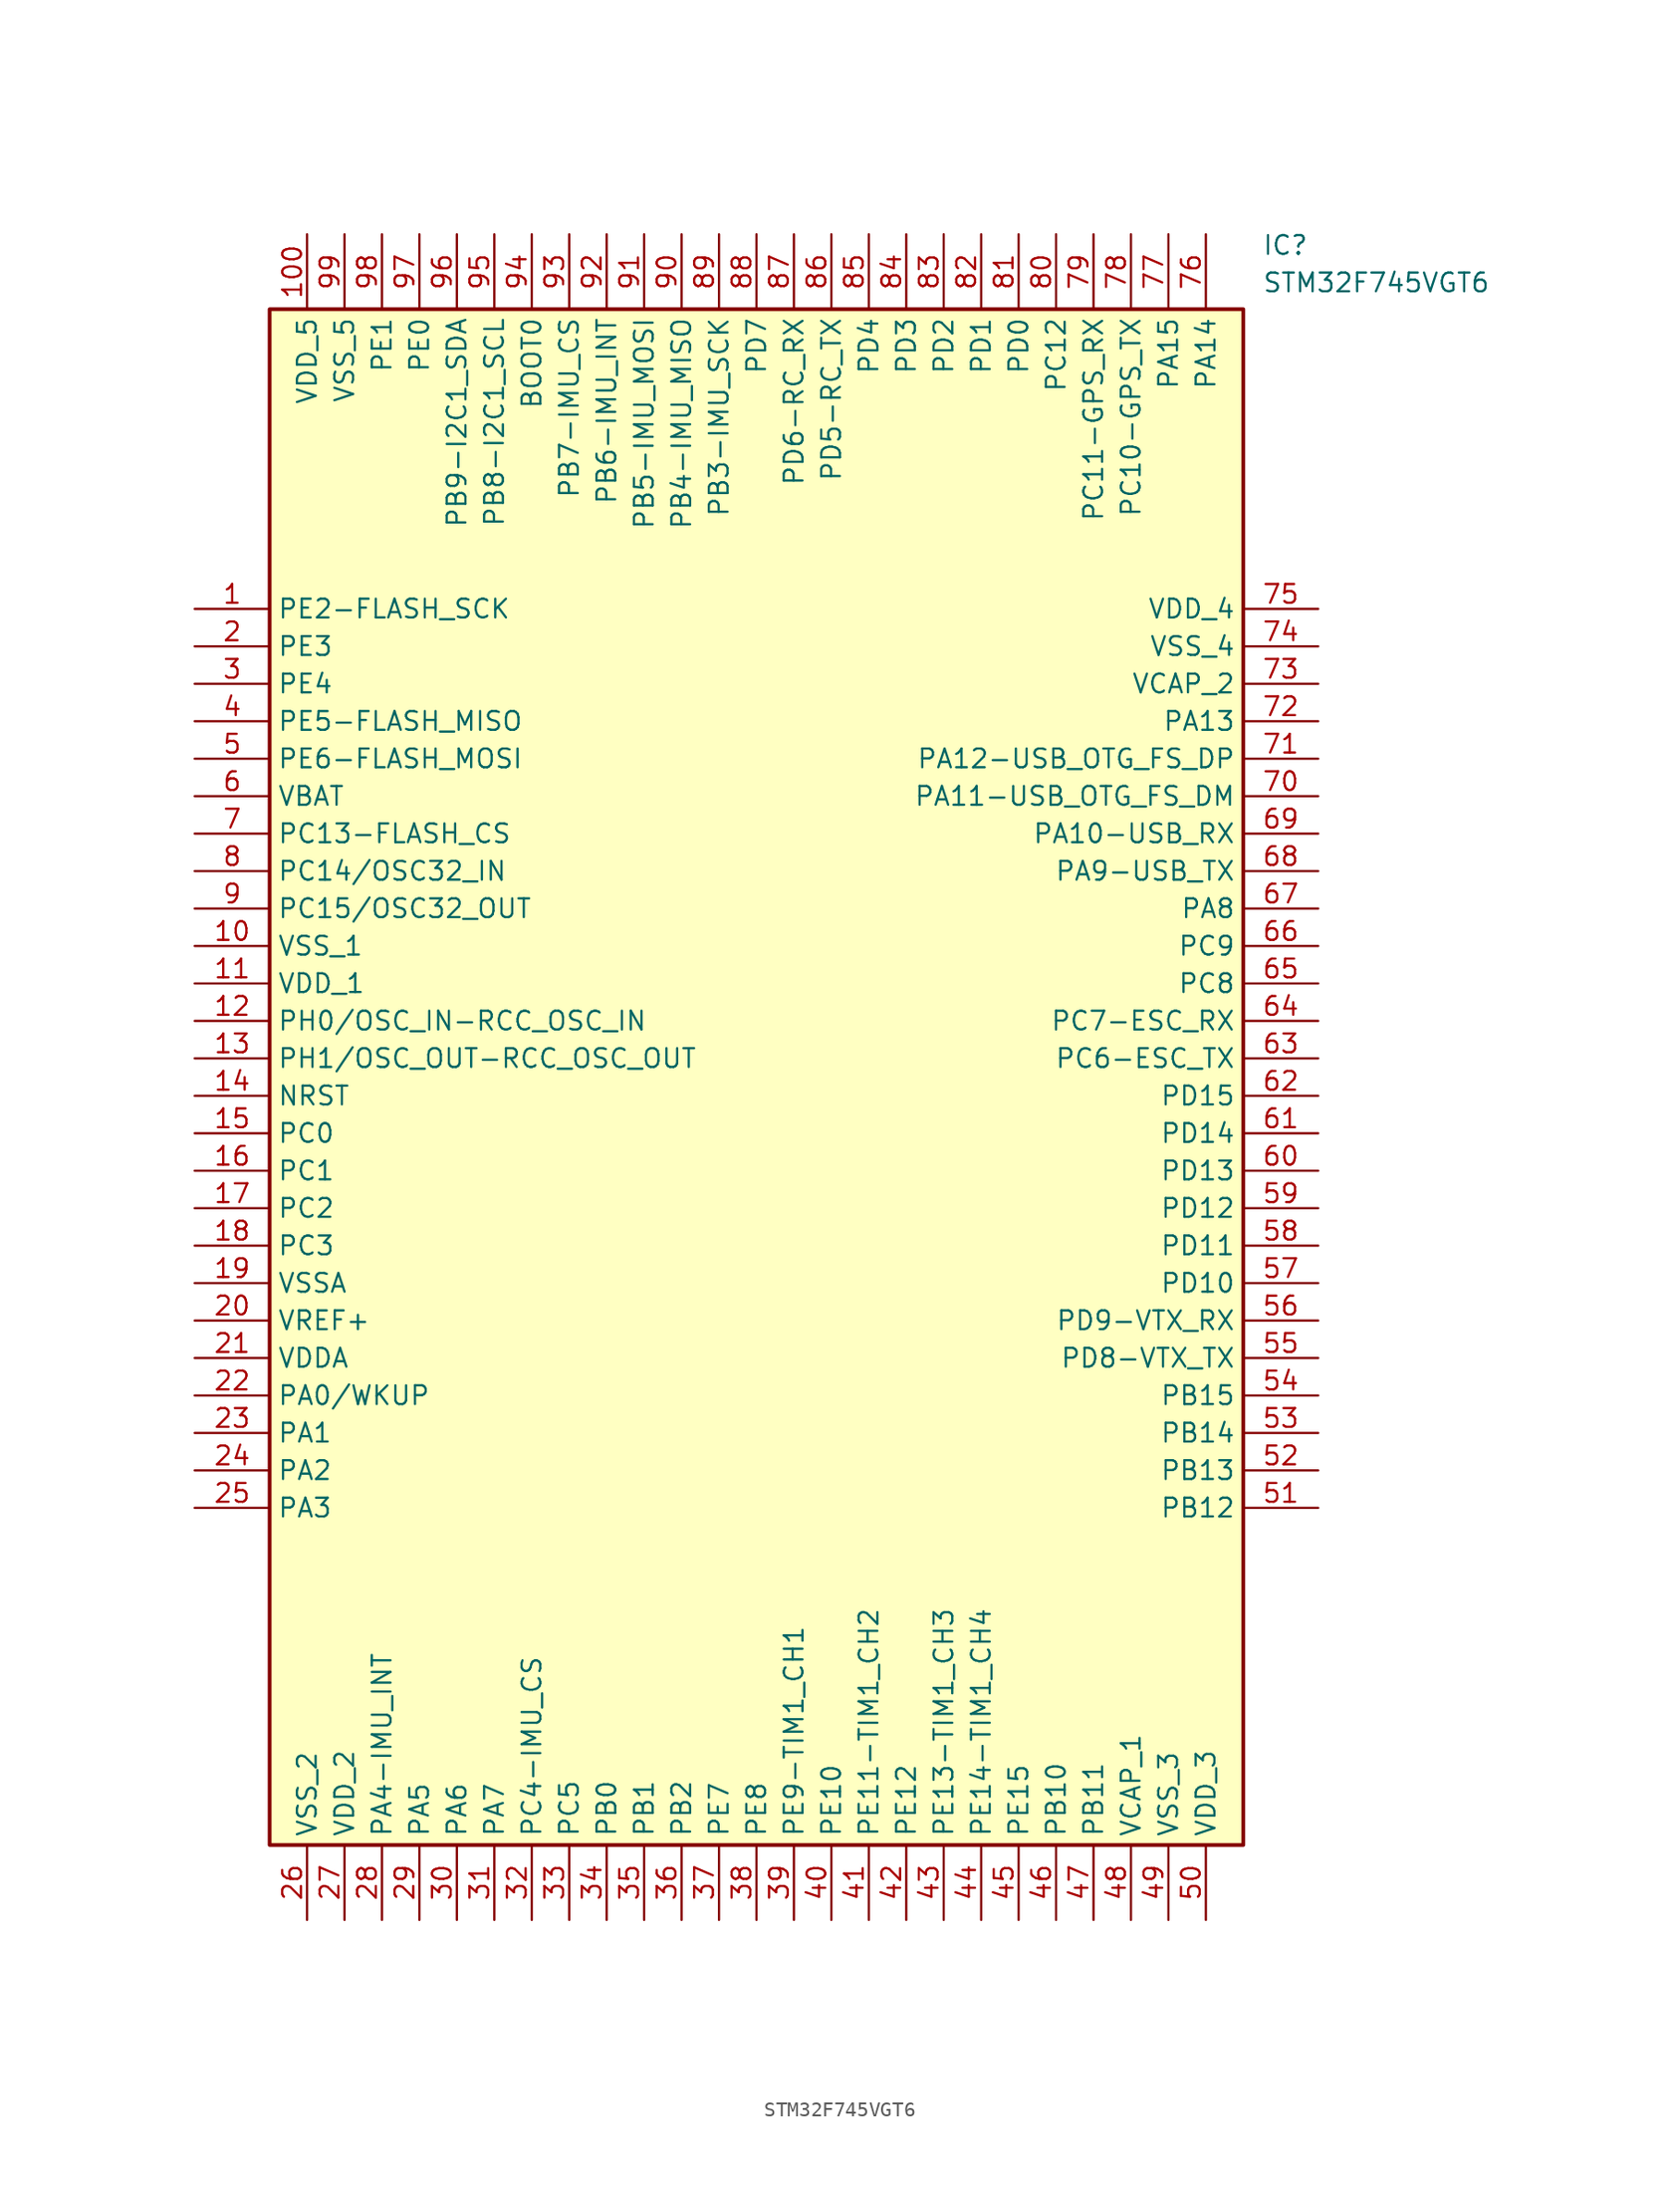
<source format=kicad_sym>
(kicad_symbol_lib
  (version 20211014)
  (generator SamacSys_ECAD_Model)
  (symbol "STM32F745VGT6"
    (property "Reference" "IC"
      (at 72.39 25.4 0)
      (effects (font (size 1.27 1.27)) (justify left top)))
    (property "Value" "STM32F745VGT6"
      (at 72.39 22.86 0)
      (effects (font (size 1.27 1.27)) (justify left top)))
    (rectangle
      (start 5.08 20.32)
      (end 71.12 -83.82)
      (stroke (width 0.254) (type default))
      (fill (type background)))
    (pin passive line
      (at 0 0 0)
      (length 5.08)
      (name "PE2-FLASH_SCK" (effects (font (size 1.27 1.27))))
      (number "1" (effects (font (size 1.27 1.27)))))
    (pin passive line
      (at 0 -2.54 0)
      (length 5.08)
      (name "PE3" (effects (font (size 1.27 1.27))))
      (number "2" (effects (font (size 1.27 1.27)))))
    (pin passive line
      (at 0 -5.08 0)
      (length 5.08)
      (name "PE4" (effects (font (size 1.27 1.27))))
      (number "3" (effects (font (size 1.27 1.27)))))
    (pin passive line
      (at 0 -7.62 0)
      (length 5.08)
      (name "PE5-FLASH_MISO" (effects (font (size 1.27 1.27))))
      (number "4" (effects (font (size 1.27 1.27)))))
    (pin passive line
      (at 0 -10.16 0)
      (length 5.08)
      (name "PE6-FLASH_MOSI" (effects (font (size 1.27 1.27))))
      (number "5" (effects (font (size 1.27 1.27)))))
    (pin passive line
      (at 0 -12.7 0)
      (length 5.08)
      (name "VBAT" (effects (font (size 1.27 1.27))))
      (number "6" (effects (font (size 1.27 1.27)))))
    (pin passive line
      (at 0 -15.24 0)
      (length 5.08)
      (name "PC13-FLASH_CS" (effects (font (size 1.27 1.27))))
      (number "7" (effects (font (size 1.27 1.27)))))
    (pin passive line
      (at 0 -17.78 0)
      (length 5.08)
      (name "PC14/OSC32_IN" (effects (font (size 1.27 1.27))))
      (number "8" (effects (font (size 1.27 1.27)))))
    (pin passive line
      (at 0 -20.32 0)
      (length 5.08)
      (name "PC15/OSC32_OUT" (effects (font (size 1.27 1.27))))
      (number "9" (effects (font (size 1.27 1.27)))))
    (pin passive line
      (at 0 -22.86 0)
      (length 5.08)
      (name "VSS_1" (effects (font (size 1.27 1.27))))
      (number "10" (effects (font (size 1.27 1.27)))))
    (pin passive line
      (at 0 -25.4 0)
      (length 5.08)
      (name "VDD_1" (effects (font (size 1.27 1.27))))
      (number "11" (effects (font (size 1.27 1.27)))))
    (pin passive line
      (at 0 -27.94 0)
      (length 5.08)
      (name "PH0/OSC_IN-RCC_OSC_IN" (effects (font (size 1.27 1.27))))
      (number "12" (effects (font (size 1.27 1.27)))))
    (pin passive line
      (at 0 -30.48 0)
      (length 5.08)
      (name "PH1/OSC_OUT-RCC_OSC_OUT" (effects (font (size 1.27 1.27))))
      (number "13" (effects (font (size 1.27 1.27)))))
    (pin passive line
      (at 0 -33.02 0)
      (length 5.08)
      (name "NRST" (effects (font (size 1.27 1.27))))
      (number "14" (effects (font (size 1.27 1.27)))))
    (pin passive line
      (at 0 -35.56 0)
      (length 5.08)
      (name "PC0" (effects (font (size 1.27 1.27))))
      (number "15" (effects (font (size 1.27 1.27)))))
    (pin passive line
      (at 0 -38.1 0)
      (length 5.08)
      (name "PC1" (effects (font (size 1.27 1.27))))
      (number "16" (effects (font (size 1.27 1.27)))))
    (pin passive line
      (at 0 -40.64 0)
      (length 5.08)
      (name "PC2" (effects (font (size 1.27 1.27))))
      (number "17" (effects (font (size 1.27 1.27)))))
    (pin passive line
      (at 0 -43.18 0)
      (length 5.08)
      (name "PC3" (effects (font (size 1.27 1.27))))
      (number "18" (effects (font (size 1.27 1.27)))))
    (pin passive line
      (at 0 -45.72 0)
      (length 5.08)
      (name "VSSA" (effects (font (size 1.27 1.27))))
      (number "19" (effects (font (size 1.27 1.27)))))
    (pin passive line
      (at 0 -48.26 0)
      (length 5.08)
      (name "VREF+" (effects (font (size 1.27 1.27))))
      (number "20" (effects (font (size 1.27 1.27)))))
    (pin passive line
      (at 0 -50.8 0)
      (length 5.08)
      (name "VDDA" (effects (font (size 1.27 1.27))))
      (number "21" (effects (font (size 1.27 1.27)))))
    (pin passive line
      (at 0 -53.34 0)
      (length 5.08)
      (name "PA0/WKUP" (effects (font (size 1.27 1.27))))
      (number "22" (effects (font (size 1.27 1.27)))))
    (pin passive line
      (at 0 -55.88 0)
      (length 5.08)
      (name "PA1" (effects (font (size 1.27 1.27))))
      (number "23" (effects (font (size 1.27 1.27)))))
    (pin passive line
      (at 0 -58.42 0)
      (length 5.08)
      (name "PA2" (effects (font (size 1.27 1.27))))
      (number "24" (effects (font (size 1.27 1.27)))))
    (pin passive line
      (at 0 -60.96 0)
      (length 5.08)
      (name "PA3" (effects (font (size 1.27 1.27))))
      (number "25" (effects (font (size 1.27 1.27)))))
    (pin passive line
      (at 7.62 -88.9 90)
      (length 5.08)
      (name "VSS_2" (effects (font (size 1.27 1.27))))
      (number "26" (effects (font (size 1.27 1.27)))))
    (pin passive line
      (at 10.16 -88.9 90)
      (length 5.08)
      (name "VDD_2" (effects (font (size 1.27 1.27))))
      (number "27" (effects (font (size 1.27 1.27)))))
    (pin passive line
      (at 12.7 -88.9 90)
      (length 5.08)
      (name "PA4-IMU_INT" (effects (font (size 1.27 1.27))))
      (number "28" (effects (font (size 1.27 1.27)))))
    (pin passive line
      (at 15.24 -88.9 90)
      (length 5.08)
      (name "PA5" (effects (font (size 1.27 1.27))))
      (number "29" (effects (font (size 1.27 1.27)))))
    (pin passive line
      (at 17.78 -88.9 90)
      (length 5.08)
      (name "PA6" (effects (font (size 1.27 1.27))))
      (number "30" (effects (font (size 1.27 1.27)))))
    (pin passive line
      (at 20.32 -88.9 90)
      (length 5.08)
      (name "PA7" (effects (font (size 1.27 1.27))))
      (number "31" (effects (font (size 1.27 1.27)))))
    (pin passive line
      (at 22.86 -88.9 90)
      (length 5.08)
      (name "PC4-IMU_CS" (effects (font (size 1.27 1.27))))
      (number "32" (effects (font (size 1.27 1.27)))))
    (pin passive line
      (at 25.4 -88.9 90)
      (length 5.08)
      (name "PC5" (effects (font (size 1.27 1.27))))
      (number "33" (effects (font (size 1.27 1.27)))))
    (pin passive line
      (at 27.94 -88.9 90)
      (length 5.08)
      (name "PB0" (effects (font (size 1.27 1.27))))
      (number "34" (effects (font (size 1.27 1.27)))))
    (pin passive line
      (at 30.48 -88.9 90)
      (length 5.08)
      (name "PB1" (effects (font (size 1.27 1.27))))
      (number "35" (effects (font (size 1.27 1.27)))))
    (pin passive line
      (at 33.02 -88.9 90)
      (length 5.08)
      (name "PB2" (effects (font (size 1.27 1.27))))
      (number "36" (effects (font (size 1.27 1.27)))))
    (pin passive line
      (at 35.56 -88.9 90)
      (length 5.08)
      (name "PE7" (effects (font (size 1.27 1.27))))
      (number "37" (effects (font (size 1.27 1.27)))))
    (pin passive line
      (at 38.1 -88.9 90)
      (length 5.08)
      (name "PE8" (effects (font (size 1.27 1.27))))
      (number "38" (effects (font (size 1.27 1.27)))))
    (pin passive line
      (at 40.64 -88.9 90)
      (length 5.08)
      (name "PE9-TIM1_CH1" (effects (font (size 1.27 1.27))))
      (number "39" (effects (font (size 1.27 1.27)))))
    (pin passive line
      (at 43.18 -88.9 90)
      (length 5.08)
      (name "PE10" (effects (font (size 1.27 1.27))))
      (number "40" (effects (font (size 1.27 1.27)))))
    (pin passive line
      (at 45.72 -88.9 90)
      (length 5.08)
      (name "PE11-TIM1_CH2" (effects (font (size 1.27 1.27))))
      (number "41" (effects (font (size 1.27 1.27)))))
    (pin passive line
      (at 48.26 -88.9 90)
      (length 5.08)
      (name "PE12" (effects (font (size 1.27 1.27))))
      (number "42" (effects (font (size 1.27 1.27)))))
    (pin passive line
      (at 50.8 -88.9 90)
      (length 5.08)
      (name "PE13-TIM1_CH3" (effects (font (size 1.27 1.27))))
      (number "43" (effects (font (size 1.27 1.27)))))
    (pin passive line
      (at 53.34 -88.9 90)
      (length 5.08)
      (name "PE14-TIM1_CH4" (effects (font (size 1.27 1.27))))
      (number "44" (effects (font (size 1.27 1.27)))))
    (pin passive line
      (at 55.88 -88.9 90)
      (length 5.08)
      (name "PE15" (effects (font (size 1.27 1.27))))
      (number "45" (effects (font (size 1.27 1.27)))))
    (pin passive line
      (at 58.42 -88.9 90)
      (length 5.08)
      (name "PB10" (effects (font (size 1.27 1.27))))
      (number "46" (effects (font (size 1.27 1.27)))))
    (pin passive line
      (at 60.96 -88.9 90)
      (length 5.08)
      (name "PB11" (effects (font (size 1.27 1.27))))
      (number "47" (effects (font (size 1.27 1.27)))))
    (pin passive line
      (at 63.5 -88.9 90)
      (length 5.08)
      (name "VCAP_1" (effects (font (size 1.27 1.27))))
      (number "48" (effects (font (size 1.27 1.27)))))
    (pin passive line
      (at 66.04 -88.9 90)
      (length 5.08)
      (name "VSS_3" (effects (font (size 1.27 1.27))))
      (number "49" (effects (font (size 1.27 1.27)))))
    (pin passive line
      (at 68.58 -88.9 90)
      (length 5.08)
      (name "VDD_3" (effects (font (size 1.27 1.27))))
      (number "50" (effects (font (size 1.27 1.27)))))
    (pin passive line
      (at 76.2 0 180)
      (length 5.08)
      (name "VDD_4" (effects (font (size 1.27 1.27))))
      (number "75" (effects (font (size 1.27 1.27)))))
    (pin passive line
      (at 76.2 -2.54 180)
      (length 5.08)
      (name "VSS_4" (effects (font (size 1.27 1.27))))
      (number "74" (effects (font (size 1.27 1.27)))))
    (pin passive line
      (at 76.2 -5.08 180)
      (length 5.08)
      (name "VCAP_2" (effects (font (size 1.27 1.27))))
      (number "73" (effects (font (size 1.27 1.27)))))
    (pin passive line
      (at 76.2 -7.62 180)
      (length 5.08)
      (name "PA13" (effects (font (size 1.27 1.27))))
      (number "72" (effects (font (size 1.27 1.27)))))
    (pin passive line
      (at 76.2 -10.16 180)
      (length 5.08)
      (name "PA12-USB_OTG_FS_DP" (effects (font (size 1.27 1.27))))
      (number "71" (effects (font (size 1.27 1.27)))))
    (pin passive line
      (at 76.2 -12.7 180)
      (length 5.08)
      (name "PA11-USB_OTG_FS_DM" (effects (font (size 1.27 1.27))))
      (number "70" (effects (font (size 1.27 1.27)))))
    (pin passive line
      (at 76.2 -15.24 180)
      (length 5.08)
      (name "PA10-USB_RX" (effects (font (size 1.27 1.27))))
      (number "69" (effects (font (size 1.27 1.27)))))
    (pin passive line
      (at 76.2 -17.78 180)
      (length 5.08)
      (name "PA9-USB_TX" (effects (font (size 1.27 1.27))))
      (number "68" (effects (font (size 1.27 1.27)))))
    (pin passive line
      (at 76.2 -20.32 180)
      (length 5.08)
      (name "PA8" (effects (font (size 1.27 1.27))))
      (number "67" (effects (font (size 1.27 1.27)))))
    (pin passive line
      (at 76.2 -22.86 180)
      (length 5.08)
      (name "PC9" (effects (font (size 1.27 1.27))))
      (number "66" (effects (font (size 1.27 1.27)))))
    (pin passive line
      (at 76.2 -25.4 180)
      (length 5.08)
      (name "PC8" (effects (font (size 1.27 1.27))))
      (number "65" (effects (font (size 1.27 1.27)))))
    (pin passive line
      (at 76.2 -27.94 180)
      (length 5.08)
      (name "PC7-ESC_RX" (effects (font (size 1.27 1.27))))
      (number "64" (effects (font (size 1.27 1.27)))))
    (pin passive line
      (at 76.2 -30.48 180)
      (length 5.08)
      (name "PC6-ESC_TX" (effects (font (size 1.27 1.27))))
      (number "63" (effects (font (size 1.27 1.27)))))
    (pin passive line
      (at 76.2 -33.02 180)
      (length 5.08)
      (name "PD15" (effects (font (size 1.27 1.27))))
      (number "62" (effects (font (size 1.27 1.27)))))
    (pin passive line
      (at 76.2 -35.56 180)
      (length 5.08)
      (name "PD14" (effects (font (size 1.27 1.27))))
      (number "61" (effects (font (size 1.27 1.27)))))
    (pin passive line
      (at 76.2 -38.1 180)
      (length 5.08)
      (name "PD13" (effects (font (size 1.27 1.27))))
      (number "60" (effects (font (size 1.27 1.27)))))
    (pin passive line
      (at 76.2 -40.64 180)
      (length 5.08)
      (name "PD12" (effects (font (size 1.27 1.27))))
      (number "59" (effects (font (size 1.27 1.27)))))
    (pin passive line
      (at 76.2 -43.18 180)
      (length 5.08)
      (name "PD11" (effects (font (size 1.27 1.27))))
      (number "58" (effects (font (size 1.27 1.27)))))
    (pin passive line
      (at 76.2 -45.72 180)
      (length 5.08)
      (name "PD10" (effects (font (size 1.27 1.27))))
      (number "57" (effects (font (size 1.27 1.27)))))
    (pin passive line
      (at 76.2 -48.26 180)
      (length 5.08)
      (name "PD9-VTX_RX" (effects (font (size 1.27 1.27))))
      (number "56" (effects (font (size 1.27 1.27)))))
    (pin passive line
      (at 76.2 -50.8 180)
      (length 5.08)
      (name "PD8-VTX_TX" (effects (font (size 1.27 1.27))))
      (number "55" (effects (font (size 1.27 1.27)))))
    (pin passive line
      (at 76.2 -53.34 180)
      (length 5.08)
      (name "PB15" (effects (font (size 1.27 1.27))))
      (number "54" (effects (font (size 1.27 1.27)))))
    (pin passive line
      (at 76.2 -55.88 180)
      (length 5.08)
      (name "PB14" (effects (font (size 1.27 1.27))))
      (number "53" (effects (font (size 1.27 1.27)))))
    (pin passive line
      (at 76.2 -58.42 180)
      (length 5.08)
      (name "PB13" (effects (font (size 1.27 1.27))))
      (number "52" (effects (font (size 1.27 1.27)))))
    (pin passive line
      (at 76.2 -60.96 180)
      (length 5.08)
      (name "PB12" (effects (font (size 1.27 1.27))))
      (number "51" (effects (font (size 1.27 1.27)))))
    (pin passive line
      (at 7.62 25.4 270)
      (length 5.08)
      (name "VDD_5" (effects (font (size 1.27 1.27))))
      (number "100" (effects (font (size 1.27 1.27)))))
    (pin passive line
      (at 10.16 25.4 270)
      (length 5.08)
      (name "VSS_5" (effects (font (size 1.27 1.27))))
      (number "99" (effects (font (size 1.27 1.27)))))
    (pin passive line
      (at 12.7 25.4 270)
      (length 5.08)
      (name "PE1" (effects (font (size 1.27 1.27))))
      (number "98" (effects (font (size 1.27 1.27)))))
    (pin passive line
      (at 15.24 25.4 270)
      (length 5.08)
      (name "PE0" (effects (font (size 1.27 1.27))))
      (number "97" (effects (font (size 1.27 1.27)))))
    (pin passive line
      (at 17.78 25.4 270)
      (length 5.08)
      (name "PB9-I2C1_SDA" (effects (font (size 1.27 1.27))))
      (number "96" (effects (font (size 1.27 1.27)))))
    (pin passive line
      (at 20.32 25.4 270)
      (length 5.08)
      (name "PB8-I2C1_SCL" (effects (font (size 1.27 1.27))))
      (number "95" (effects (font (size 1.27 1.27)))))
    (pin passive line
      (at 22.86 25.4 270)
      (length 5.08)
      (name "BOOT0" (effects (font (size 1.27 1.27))))
      (number "94" (effects (font (size 1.27 1.27)))))
    (pin passive line
      (at 25.4 25.4 270)
      (length 5.08)
      (name "PB7-IMU_CS" (effects (font (size 1.27 1.27))))
      (number "93" (effects (font (size 1.27 1.27)))))
    (pin passive line
      (at 27.94 25.4 270)
      (length 5.08)
      (name "PB6-IMU_INT" (effects (font (size 1.27 1.27))))
      (number "92" (effects (font (size 1.27 1.27)))))
    (pin passive line
      (at 30.48 25.4 270)
      (length 5.08)
      (name "PB5-IMU_MOSI" (effects (font (size 1.27 1.27))))
      (number "91" (effects (font (size 1.27 1.27)))))
    (pin passive line
      (at 33.02 25.4 270)
      (length 5.08)
      (name "PB4-IMU_MISO" (effects (font (size 1.27 1.27))))
      (number "90" (effects (font (size 1.27 1.27)))))
    (pin passive line
      (at 35.56 25.4 270)
      (length 5.08)
      (name "PB3-IMU_SCK" (effects (font (size 1.27 1.27))))
      (number "89" (effects (font (size 1.27 1.27)))))
    (pin passive line
      (at 38.1 25.4 270)
      (length 5.08)
      (name "PD7" (effects (font (size 1.27 1.27))))
      (number "88" (effects (font (size 1.27 1.27)))))
    (pin passive line
      (at 40.64 25.4 270)
      (length 5.08)
      (name "PD6-RC_RX" (effects (font (size 1.27 1.27))))
      (number "87" (effects (font (size 1.27 1.27)))))
    (pin passive line
      (at 43.18 25.4 270)
      (length 5.08)
      (name "PD5-RC_TX" (effects (font (size 1.27 1.27))))
      (number "86" (effects (font (size 1.27 1.27)))))
    (pin passive line
      (at 45.72 25.4 270)
      (length 5.08)
      (name "PD4" (effects (font (size 1.27 1.27))))
      (number "85" (effects (font (size 1.27 1.27)))))
    (pin passive line
      (at 48.26 25.4 270)
      (length 5.08)
      (name "PD3" (effects (font (size 1.27 1.27))))
      (number "84" (effects (font (size 1.27 1.27)))))
    (pin passive line
      (at 50.8 25.4 270)
      (length 5.08)
      (name "PD2" (effects (font (size 1.27 1.27))))
      (number "83" (effects (font (size 1.27 1.27)))))
    (pin passive line
      (at 53.34 25.4 270)
      (length 5.08)
      (name "PD1" (effects (font (size 1.27 1.27))))
      (number "82" (effects (font (size 1.27 1.27)))))
    (pin passive line
      (at 55.88 25.4 270)
      (length 5.08)
      (name "PD0" (effects (font (size 1.27 1.27))))
      (number "81" (effects (font (size 1.27 1.27)))))
    (pin passive line
      (at 58.42 25.4 270)
      (length 5.08)
      (name "PC12" (effects (font (size 1.27 1.27))))
      (number "80" (effects (font (size 1.27 1.27)))))
    (pin passive line
      (at 60.96 25.4 270)
      (length 5.08)
      (name "PC11-GPS_RX" (effects (font (size 1.27 1.27))))
      (number "79" (effects (font (size 1.27 1.27)))))
    (pin passive line
      (at 63.5 25.4 270)
      (length 5.08)
      (name "PC10-GPS_TX" (effects (font (size 1.27 1.27))))
      (number "78" (effects (font (size 1.27 1.27)))))
    (pin passive line
      (at 66.04 25.4 270)
      (length 5.08)
      (name "PA15" (effects (font (size 1.27 1.27))))
      (number "77" (effects (font (size 1.27 1.27)))))
    (pin passive line
      (at 68.58 25.4 270)
      (length 5.08)
      (name "PA14" (effects (font (size 1.27 1.27))))
      (number "76" (effects (font (size 1.27 1.27)))))))
</source>
